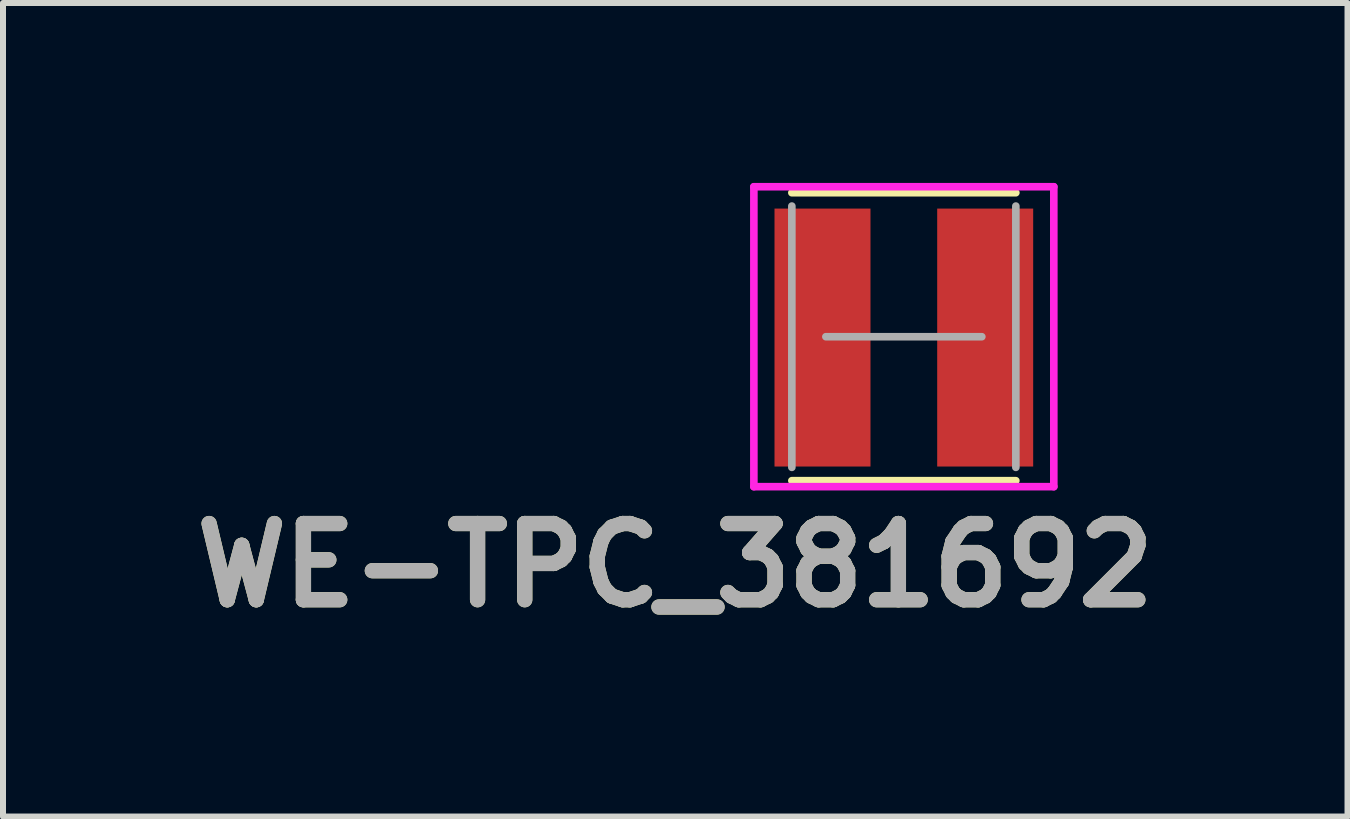
<source format=kicad_pcb>
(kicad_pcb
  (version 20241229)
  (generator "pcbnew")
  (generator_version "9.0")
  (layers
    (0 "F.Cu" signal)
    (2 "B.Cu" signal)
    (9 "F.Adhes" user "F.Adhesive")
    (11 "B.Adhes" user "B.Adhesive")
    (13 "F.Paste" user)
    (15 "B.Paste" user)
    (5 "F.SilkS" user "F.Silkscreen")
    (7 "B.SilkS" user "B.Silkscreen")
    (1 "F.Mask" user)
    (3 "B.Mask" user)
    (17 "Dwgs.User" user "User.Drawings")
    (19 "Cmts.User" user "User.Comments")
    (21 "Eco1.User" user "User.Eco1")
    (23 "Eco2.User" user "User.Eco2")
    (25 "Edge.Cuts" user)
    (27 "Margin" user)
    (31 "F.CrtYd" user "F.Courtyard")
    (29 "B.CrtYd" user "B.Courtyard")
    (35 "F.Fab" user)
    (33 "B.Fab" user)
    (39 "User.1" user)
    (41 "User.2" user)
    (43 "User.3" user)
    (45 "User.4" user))
  (footprint "WE-TPC_381692"
    (layer "F.Cu")
    (at 12.017 2.563)
    (property "Reference" "WE-TPC_381692" (at -3.81 3.81 0) (layer "F.SilkS") (effects (font (size 1.27 1.27) (thickness 0.254))))
    (attr smd)
    (fp_line (start -1.867 -2.4) (end 1.867 -2.4) (stroke (width 0.127) (type solid)) (layer "F.SilkS"))
    (fp_line (start 1.867 2.4) (end -1.867 2.4) (stroke (width 0.127) (type solid)) (layer "F.SilkS"))
    (fp_line (start -2.5 -2.5) (end 2.5 -2.5) (stroke (width 0.127) (type solid)) (layer "F.CrtYd"))
    (fp_line (start -2.5 2.5) (end -2.5 -2.5) (stroke (width 0.127) (type solid)) (layer "F.CrtYd"))
    (fp_line (start 2.5 -2.5) (end 2.5 2.5) (stroke (width 0.127) (type solid)) (layer "F.CrtYd"))
    (fp_line (start 2.5 2.5) (end -2.5 2.5) (stroke (width 0.127) (type solid)) (layer "F.CrtYd"))
    (fp_line (start -1.867 2.178) (end -1.867 -2.178) (stroke (width 0.127) (type solid)) (layer "F.Fab"))
    (fp_line (start -1.3 0) (end 1.3 0) (stroke (width 0.127) (type solid)) (layer "F.Fab"))
    (fp_line (start 1.867 -2.178) (end 1.867 2.178) (stroke (width 0.127) (type solid)) (layer "F.Fab"))
    (fp_text user "${REFERENCE}" (at -3.81 3.81 0) (layer "F.Fab") (effects (font (size 1.27 1.27) (thickness 0.254))))
    (pad "1" smd rect (at -1.356 0.014) (size 1.6 4.3) (layers "F.Cu" "F.Mask" "F.Paste"))
    (pad "2" smd rect (at 1.356 0.014) (size 1.6 4.3) (layers "F.Cu" "F.Mask" "F.Paste")))
  (gr_rect
    (start -3 -3)
    (end 19.413 10.562)
    (stroke (width 0.1) (type default))
    (fill no)
    (layer "Edge.Cuts")))
</source>
